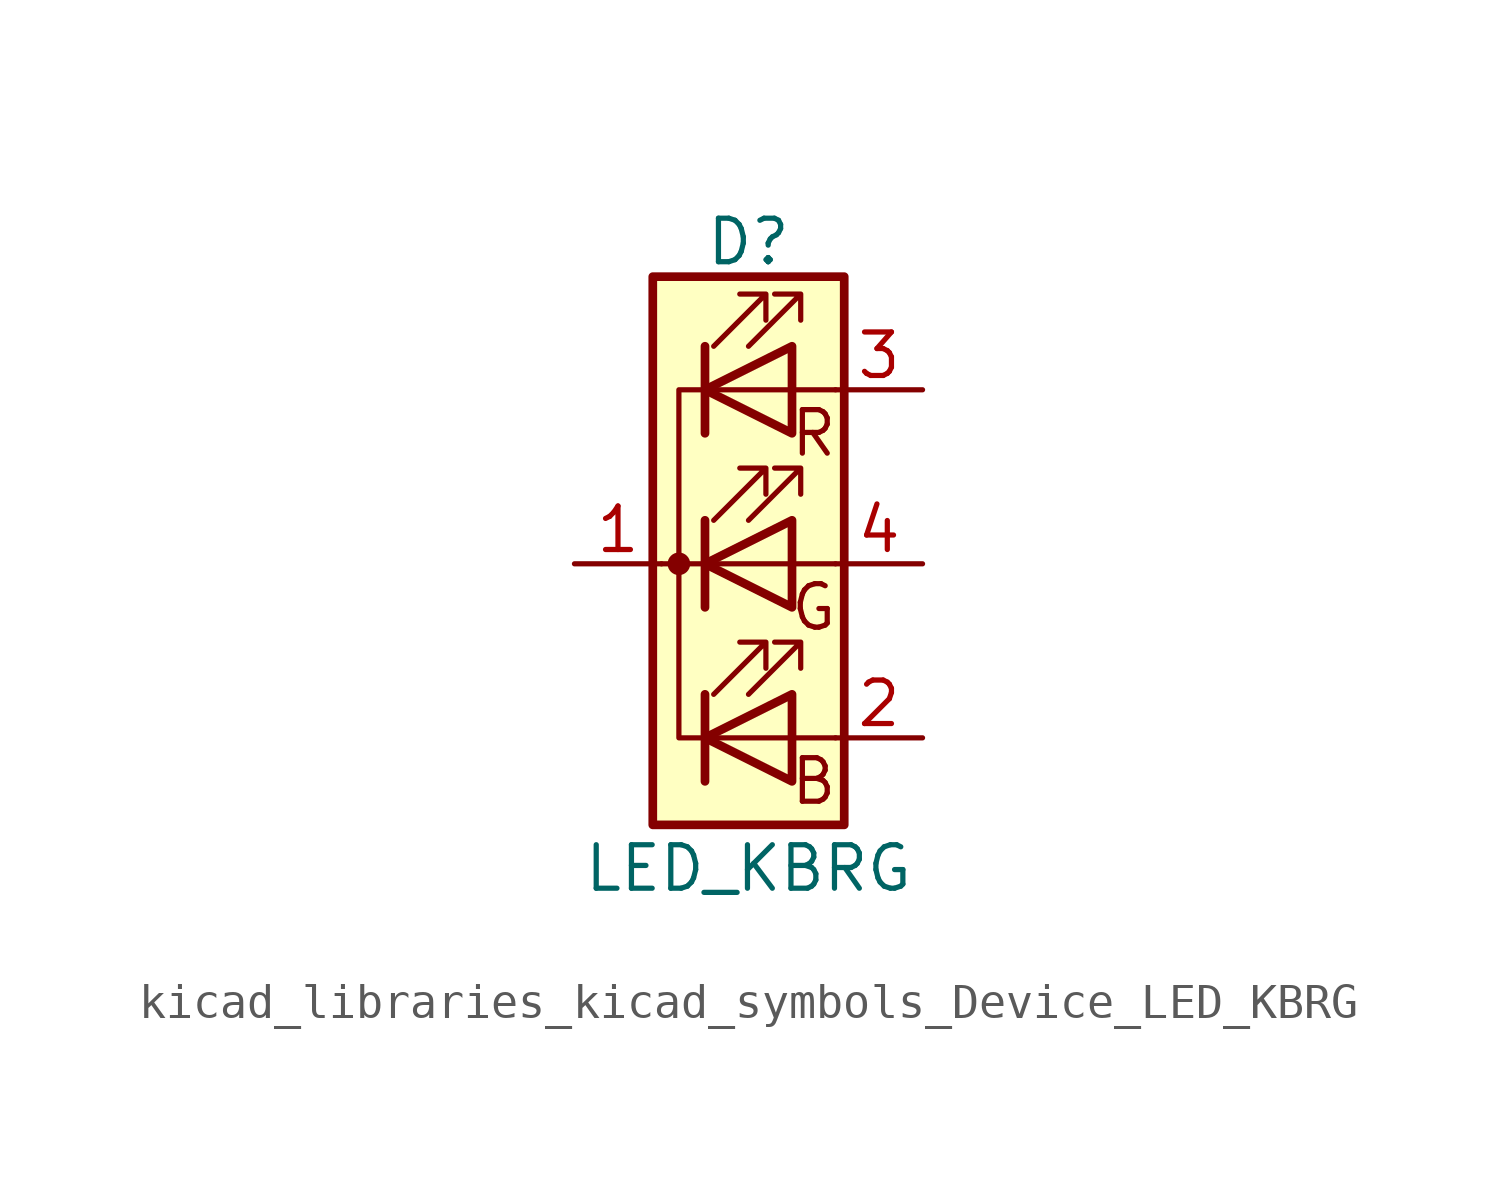
<source format=kicad_sym>
(kicad_symbol_lib
  (version 20220914)
  (generator kicad_symbol_editor)
  (symbol "kicad_libraries_kicad_symbols_Device_LED_KBRG"
    (pin_names
      (offset 0) hide)
    (property "Reference" "D"
      (at 0 9.398 0)
      (effects (font (size 1.27 1.27))))
    (property "Value" "LED_KBRG"
      (at 0 -8.89 0)
      (effects (font (size 1.27 1.27))))
    (symbol "kicad_libraries_kicad_symbols_Device_LED_KBRG_0_0"
      (text "B" (at 1.905 -6.35 0) (effects (font (size 1.27 1.27))))
      (text "G" (at 1.905 -1.27 0) (effects (font (size 1.27 1.27))))
      (text "R" (at 1.905 3.81 0) (effects (font (size 1.27 1.27)))))
    (symbol "kicad_libraries_kicad_symbols_Device_LED_KBRG_0_1"
      (circle (center -2.032 0) (radius 0.254) (stroke (width 0) (type default)) (fill (type outline)))
      (polyline (pts (xy -1.27 -5.08) (xy 1.27 -5.08)) (stroke (width 0) (type default)) (fill (type none)))
      (polyline (pts (xy -1.27 -3.81) (xy -1.27 -6.35)) (stroke (width 0.254) (type default)) (fill (type none)))
      (polyline (pts (xy -1.27 0) (xy -2.54 0)) (stroke (width 0) (type default)) (fill (type none)))
      (polyline (pts (xy -1.27 1.27) (xy -1.27 -1.27)) (stroke (width 0.254) (type default)) (fill (type none)))
      (polyline (pts (xy -1.27 5.08) (xy 1.27 5.08)) (stroke (width 0) (type default)) (fill (type none)))
      (polyline (pts (xy -1.27 6.35) (xy -1.27 3.81)) (stroke (width 0.254) (type default)) (fill (type none)))
      (polyline (pts (xy 1.27 -5.08) (xy 2.54 -5.08)) (stroke (width 0) (type default)) (fill (type none)))
      (polyline (pts (xy 1.27 0) (xy -1.27 0)) (stroke (width 0) (type default)) (fill (type none)))
      (polyline (pts (xy 1.27 0) (xy 2.54 0)) (stroke (width 0) (type default)) (fill (type none)))
      (polyline (pts (xy 1.27 5.08) (xy 2.54 5.08)) (stroke (width 0) (type default)) (fill (type none)))
      (polyline (pts (xy -1.27 1.27) (xy -1.27 -1.27) (xy -1.27 -1.27)) (stroke (width 0) (type default)) (fill (type none)))
      (polyline (pts (xy -1.27 6.35) (xy -1.27 3.81) (xy -1.27 3.81)) (stroke (width 0) (type default)) (fill (type none)))
      (polyline (pts (xy -1.27 5.08) (xy -2.032 5.08) (xy -2.032 -5.08) (xy -1.016 -5.08)) (stroke (width 0) (type default)) (fill (type none)))
      (polyline (pts (xy 1.27 -3.81) (xy 1.27 -6.35) (xy -1.27 -5.08) (xy 1.27 -3.81)) (stroke (width 0.254) (type default)) (fill (type none)))
      (polyline (pts (xy 1.27 1.27) (xy 1.27 -1.27) (xy -1.27 0) (xy 1.27 1.27)) (stroke (width 0.254) (type default)) (fill (type none)))
      (polyline (pts (xy 1.27 6.35) (xy 1.27 3.81) (xy -1.27 5.08) (xy 1.27 6.35)) (stroke (width 0.254) (type default)) (fill (type none)))
      (polyline (pts (xy -1.016 -3.81) (xy 0.508 -2.286) (xy -0.254 -2.286) (xy 0.508 -2.286) (xy 0.508 -3.048)) (stroke (width 0) (type default)) (fill (type none)))
      (polyline (pts (xy -1.016 1.27) (xy 0.508 2.794) (xy -0.254 2.794) (xy 0.508 2.794) (xy 0.508 2.032)) (stroke (width 0) (type default)) (fill (type none)))
      (polyline (pts (xy -1.016 6.35) (xy 0.508 7.874) (xy -0.254 7.874) (xy 0.508 7.874) (xy 0.508 7.112)) (stroke (width 0) (type default)) (fill (type none)))
      (polyline (pts (xy 0 -3.81) (xy 1.524 -2.286) (xy 0.762 -2.286) (xy 1.524 -2.286) (xy 1.524 -3.048)) (stroke (width 0) (type default)) (fill (type none)))
      (polyline (pts (xy 0 1.27) (xy 1.524 2.794) (xy 0.762 2.794) (xy 1.524 2.794) (xy 1.524 2.032)) (stroke (width 0) (type default)) (fill (type none)))
      (polyline (pts (xy 0 6.35) (xy 1.524 7.874) (xy 0.762 7.874) (xy 1.524 7.874) (xy 1.524 7.112)) (stroke (width 0) (type default)) (fill (type none)))
      (rectangle (start 1.27 -1.27) (end 1.27 1.27) (stroke (width 0) (type default)) (fill (type none)))
      (rectangle (start 1.27 1.27) (end 1.27 1.27) (stroke (width 0) (type default)) (fill (type none)))
      (rectangle (start 1.27 3.81) (end 1.27 6.35) (stroke (width 0) (type default)) (fill (type none)))
      (rectangle (start 1.27 6.35) (end 1.27 6.35) (stroke (width 0) (type default)) (fill (type none)))
      (rectangle (start 2.794 8.382) (end -2.794 -7.62) (stroke (width 0.254) (type default)) (fill (type background))))
    (symbol "kicad_libraries_kicad_symbols_Device_LED_KBRG_1_1"
      (pin passive line (at -5.08 0 0) (length 2.54) (name "K" (effects (font (size 1.27 1.27)))) (number "1" (effects (font (size 1.27 1.27)))))
      (pin passive line (at 5.08 -5.08 180) (length 2.54) (name "BA" (effects (font (size 1.27 1.27)))) (number "2" (effects (font (size 1.27 1.27)))))
      (pin passive line (at 5.08 5.08 180) (length 2.54) (name "RA" (effects (font (size 1.27 1.27)))) (number "3" (effects (font (size 1.27 1.27)))))
      (pin passive line (at 5.08 0 180) (length 2.54) (name "GA" (effects (font (size 1.27 1.27)))) (number "4" (effects (font (size 1.27 1.27))))))))
</source>
